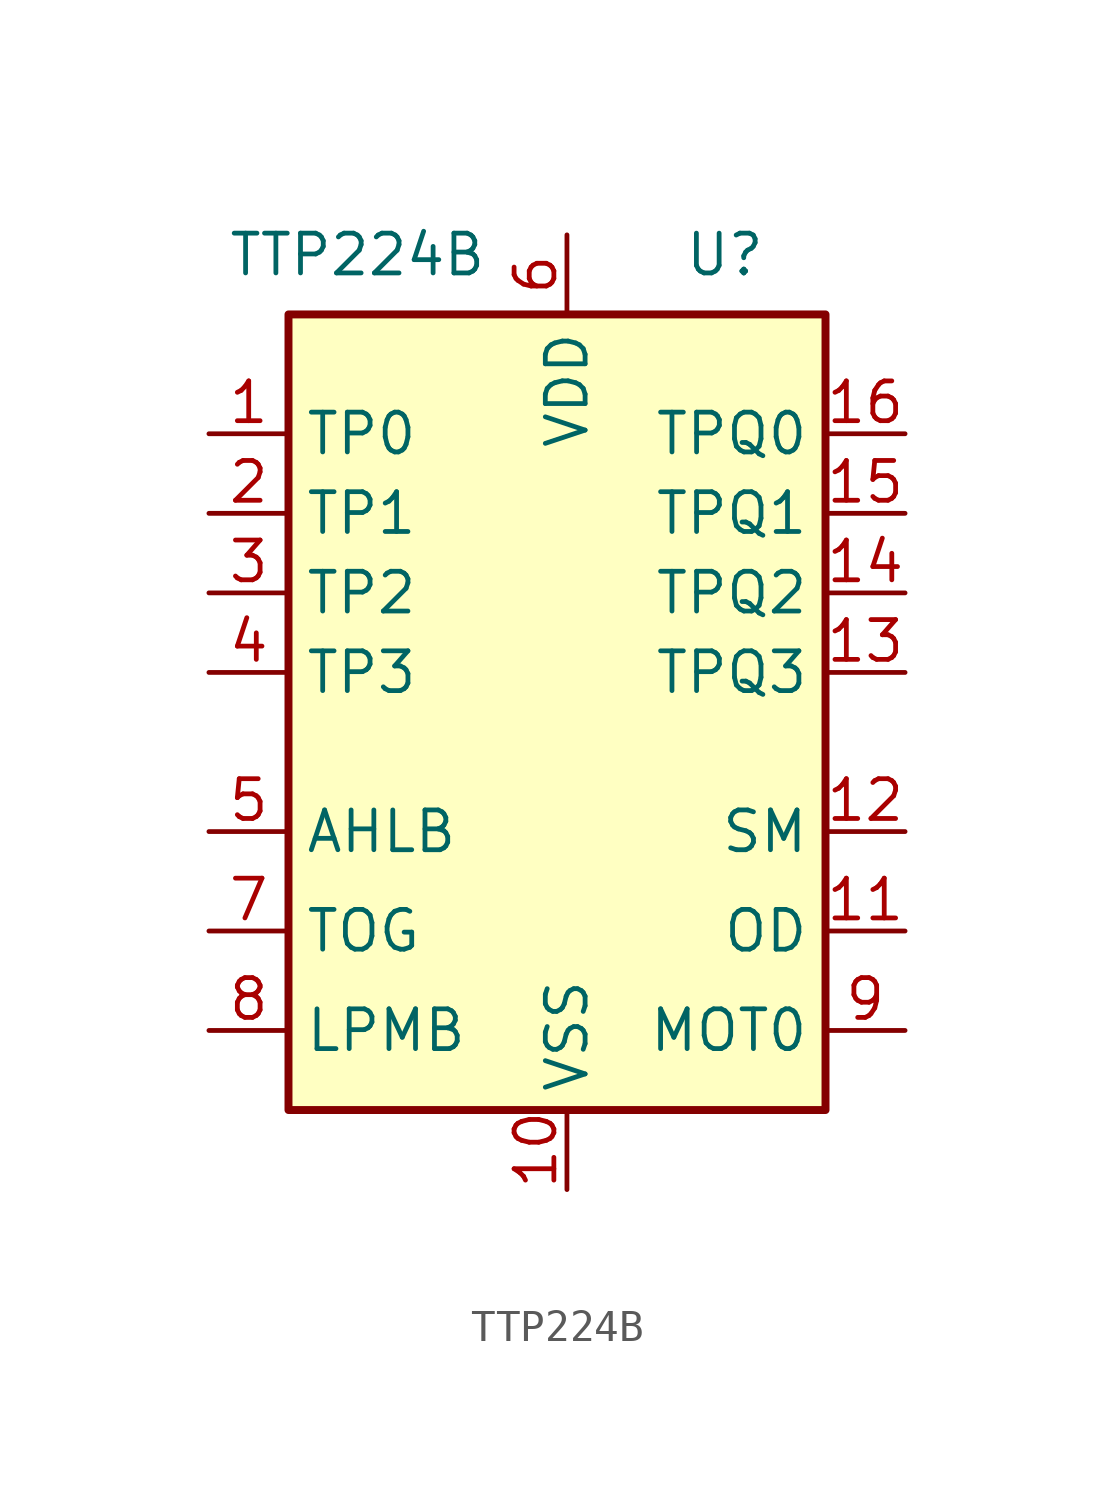
<source format=kicad_sym>
(kicad_symbol_lib
  (version 20211014)
  (generator kicad_symbol_editor)
  (symbol "TTP224B"
    (property "Reference" "U"
      (at 7.62 14.605 0)
      (effects (font (size 1.27 1.27)) (justify right)))
    (property "Value" "TTP224B"
      (at -1.27 14.605 0)
      (effects (font (size 1.27 1.27)) (justify right)))
    (symbol "TTP224B_0_1"
      (rectangle (start -7.62 12.7) (end 9.525 -12.7) (stroke (width 0.254) (type default) (color 0 0 0 0)) (fill (type background))))
    (symbol "TTP224B_1_1"
      (pin input line (at -10.16 8.89 0) (length 2.54) (name "TP0" (effects (font (size 1.27 1.27)))) (number "1" (effects (font (size 1.27 1.27)))))
      (pin power_in line (at 1.27 -15.24 90) (length 2.54) (name "VSS" (effects (font (size 1.27 1.27)))) (number "10" (effects (font (size 1.27 1.27)))))
      (pin input line (at 12.065 -6.985 180) (length 2.54) (name "OD" (effects (font (size 1.27 1.27)))) (number "11" (effects (font (size 1.27 1.27)))))
      (pin input line (at 12.065 -3.81 180) (length 2.54) (name "SM" (effects (font (size 1.27 1.27)))) (number "12" (effects (font (size 1.27 1.27)))))
      (pin output line (at 12.065 1.27 180) (length 2.54) (name "TPQ3" (effects (font (size 1.27 1.27)))) (number "13" (effects (font (size 1.27 1.27)))))
      (pin output line (at 12.065 3.81 180) (length 2.54) (name "TPQ2" (effects (font (size 1.27 1.27)))) (number "14" (effects (font (size 1.27 1.27)))))
      (pin output line (at 12.065 6.35 180) (length 2.54) (name "TPQ1" (effects (font (size 1.27 1.27)))) (number "15" (effects (font (size 1.27 1.27)))))
      (pin output line (at 12.065 8.89 180) (length 2.54) (name "TPQ0" (effects (font (size 1.27 1.27)))) (number "16" (effects (font (size 1.27 1.27)))))
      (pin input line (at -10.16 6.35 0) (length 2.54) (name "TP1" (effects (font (size 1.27 1.27)))) (number "2" (effects (font (size 1.27 1.27)))))
      (pin input line (at -10.16 3.81 0) (length 2.54) (name "TP2" (effects (font (size 1.27 1.27)))) (number "3" (effects (font (size 1.27 1.27)))))
      (pin input line (at -10.16 1.27 0) (length 2.54) (name "TP3" (effects (font (size 1.27 1.27)))) (number "4" (effects (font (size 1.27 1.27)))))
      (pin input line (at -10.16 -3.81 0) (length 2.54) (name "AHLB" (effects (font (size 1.27 1.27)))) (number "5" (effects (font (size 1.27 1.27)))))
      (pin power_in line (at 1.27 15.24 270) (length 2.54) (name "VDD" (effects (font (size 1.27 1.27)))) (number "6" (effects (font (size 1.27 1.27)))))
      (pin input line (at -10.16 -6.985 0) (length 2.54) (name "TOG" (effects (font (size 1.27 1.27)))) (number "7" (effects (font (size 1.27 1.27)))))
      (pin input line (at -10.16 -10.16 0) (length 2.54) (name "LPMB" (effects (font (size 1.27 1.27)))) (number "8" (effects (font (size 1.27 1.27)))))
      (pin input line (at 12.065 -10.16 180) (length 2.54) (name "MOT0" (effects (font (size 1.27 1.27)))) (number "9" (effects (font (size 1.27 1.27))))))))
</source>
